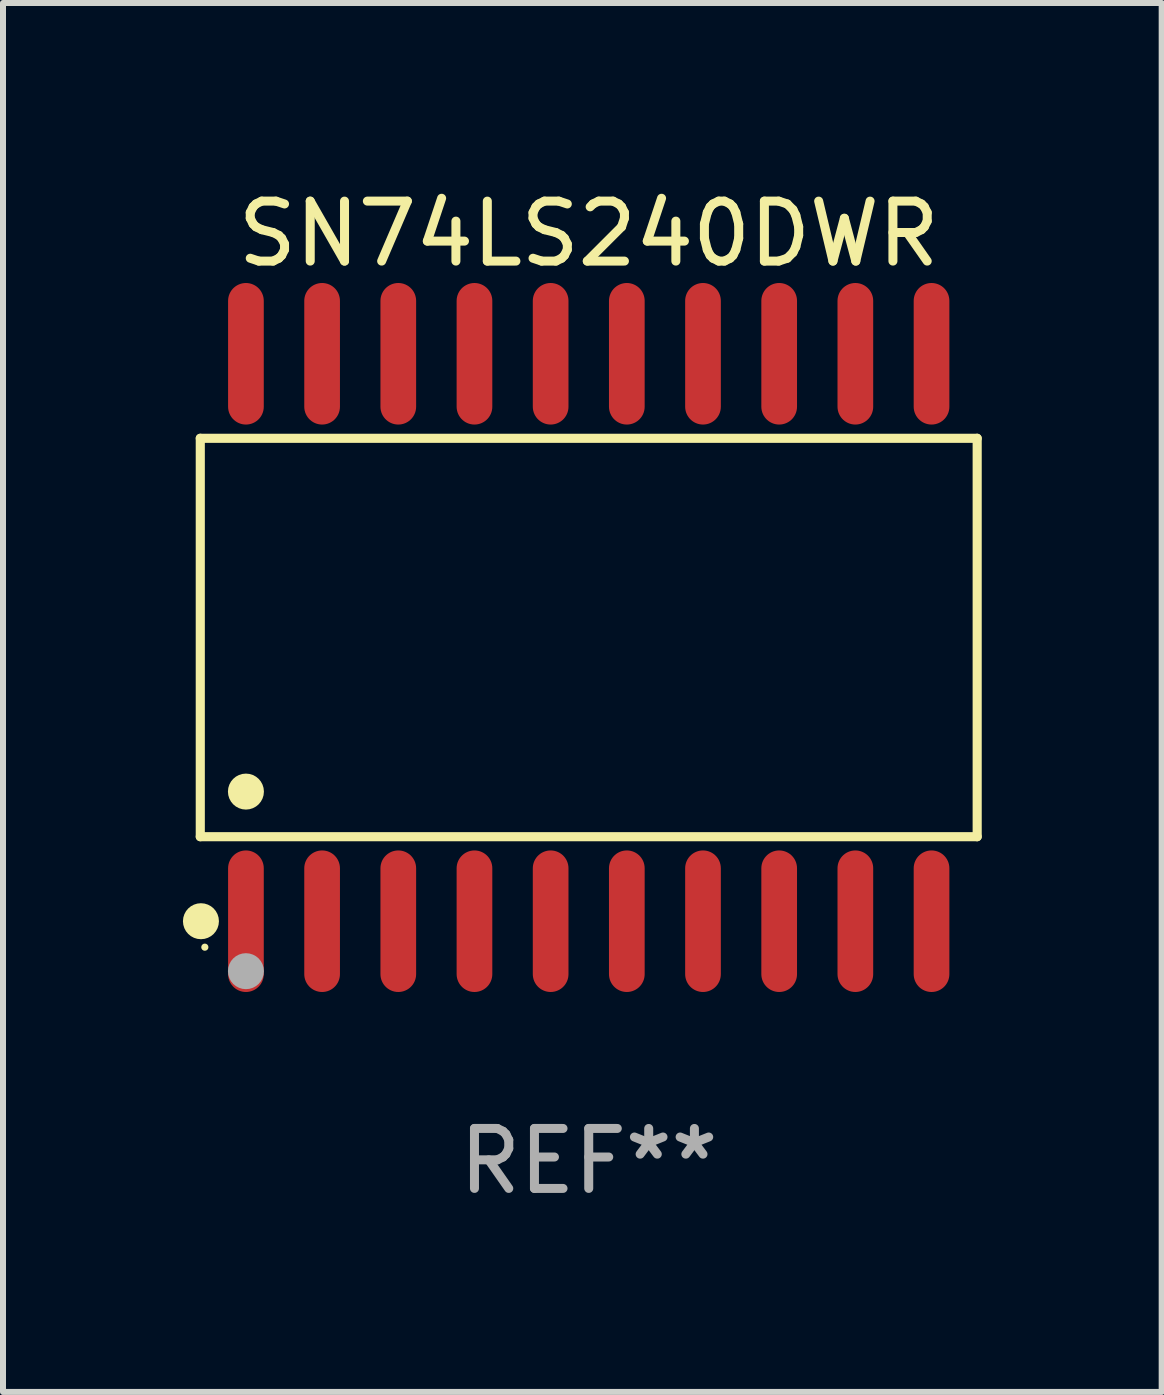
<source format=kicad_pcb>
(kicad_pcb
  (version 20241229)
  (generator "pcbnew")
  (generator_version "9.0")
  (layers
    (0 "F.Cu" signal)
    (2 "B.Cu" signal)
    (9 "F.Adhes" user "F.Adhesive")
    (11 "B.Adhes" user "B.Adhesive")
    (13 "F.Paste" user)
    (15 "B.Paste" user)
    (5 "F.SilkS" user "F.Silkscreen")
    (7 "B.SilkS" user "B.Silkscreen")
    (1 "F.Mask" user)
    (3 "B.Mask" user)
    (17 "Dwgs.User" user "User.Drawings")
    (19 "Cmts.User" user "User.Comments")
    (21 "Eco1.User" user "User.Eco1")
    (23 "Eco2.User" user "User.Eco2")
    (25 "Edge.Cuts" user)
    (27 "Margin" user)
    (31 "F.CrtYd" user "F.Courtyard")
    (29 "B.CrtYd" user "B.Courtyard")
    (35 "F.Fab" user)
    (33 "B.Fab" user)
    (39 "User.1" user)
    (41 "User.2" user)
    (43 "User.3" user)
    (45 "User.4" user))
  (footprint "SN74LS240DWR"
    (layer "F.Cu")
    (at 6.765 7.578)
    (property "Reference" "SN74LS240DWR" (at 0 -6.73 0) (layer "F.SilkS") (effects (font (size 1 1) (thickness 0.15))))
    (attr through_hole)
    (fp_line (start -6.476 -3.321) (end 6.476 -3.321) (stroke (width 0.152) (type solid)) (layer "F.SilkS"))
    (fp_line (start -6.476 3.321) (end -6.476 -3.321) (stroke (width 0.152) (type solid)) (layer "F.SilkS"))
    (fp_line (start 6.476 -3.321) (end 6.476 3.321) (stroke (width 0.152) (type solid)) (layer "F.SilkS"))
    (fp_line (start 6.476 3.321) (end -6.476 3.321) (stroke (width 0.152) (type solid)) (layer "F.SilkS"))
    (fp_circle (center -6.465 4.73) (end -6.315 4.73) (stroke (width 0.3) (type solid)) (fill no) (layer "F.SilkS"))
    (fp_circle (center -6.4 5.163) (end -6.37 5.163) (stroke (width 0.06) (type solid)) (fill no) (layer "F.SilkS"))
    (fp_circle (center -5.715 2.569) (end -5.565 2.569) (stroke (width 0.3) (type solid)) (fill no) (layer "F.SilkS"))
    (fp_circle (center -5.715 5.563) (end -5.565 5.563) (stroke (width 0.3) (type solid)) (fill no) (layer "F.Fab"))
    (fp_text user "REF**" (at 0 8.73 0) (layer "F.Fab") (effects (font (size 1 1) (thickness 0.15))))
    (pad "1" smd oval (at -5.715 4.73) (size 0.595 2.36) (layers "F.Cu" "F.Mask" "F.Paste"))
    (pad "2" smd oval (at -4.445 4.73) (size 0.595 2.36) (layers "F.Cu" "F.Mask" "F.Paste"))
    (pad "3" smd oval (at -3.175 4.73) (size 0.595 2.36) (layers "F.Cu" "F.Mask" "F.Paste"))
    (pad "4" smd oval (at -1.905 4.73) (size 0.595 2.36) (layers "F.Cu" "F.Mask" "F.Paste"))
    (pad "5" smd oval (at -0.635 4.73) (size 0.595 2.36) (layers "F.Cu" "F.Mask" "F.Paste"))
    (pad "6" smd oval (at 0.635 4.73) (size 0.595 2.36) (layers "F.Cu" "F.Mask" "F.Paste"))
    (pad "7" smd oval (at 1.905 4.73) (size 0.595 2.36) (layers "F.Cu" "F.Mask" "F.Paste"))
    (pad "8" smd oval (at 3.175 4.73) (size 0.595 2.36) (layers "F.Cu" "F.Mask" "F.Paste"))
    (pad "9" smd oval (at 4.445 4.73) (size 0.595 2.36) (layers "F.Cu" "F.Mask" "F.Paste"))
    (pad "10" smd oval (at 5.715 4.73) (size 0.595 2.36) (layers "F.Cu" "F.Mask" "F.Paste"))
    (pad "11" smd oval (at 5.715 -4.73) (size 0.595 2.36) (layers "F.Cu" "F.Mask" "F.Paste"))
    (pad "12" smd oval (at 4.445 -4.73) (size 0.595 2.36) (layers "F.Cu" "F.Mask" "F.Paste"))
    (pad "13" smd oval (at 3.175 -4.73) (size 0.595 2.36) (layers "F.Cu" "F.Mask" "F.Paste"))
    (pad "14" smd oval (at 1.905 -4.73) (size 0.595 2.36) (layers "F.Cu" "F.Mask" "F.Paste"))
    (pad "15" smd oval (at 0.635 -4.73) (size 0.595 2.36) (layers "F.Cu" "F.Mask" "F.Paste"))
    (pad "16" smd oval (at -0.635 -4.73) (size 0.595 2.36) (layers "F.Cu" "F.Mask" "F.Paste"))
    (pad "17" smd oval (at -1.905 -4.73) (size 0.595 2.36) (layers "F.Cu" "F.Mask" "F.Paste"))
    (pad "18" smd oval (at -3.175 -4.73) (size 0.595 2.36) (layers "F.Cu" "F.Mask" "F.Paste"))
    (pad "19" smd oval (at -4.445 -4.73) (size 0.595 2.36) (layers "F.Cu" "F.Mask" "F.Paste"))
    (pad "20" smd oval (at -5.715 -4.73) (size 0.595 2.36) (layers "F.Cu" "F.Mask" "F.Paste")))
  (gr_rect
    (start -3 -3)
    (end 16.317 20.156)
    (stroke (width 0.1) (type default))
    (fill no)
    (layer "Edge.Cuts")))
</source>
